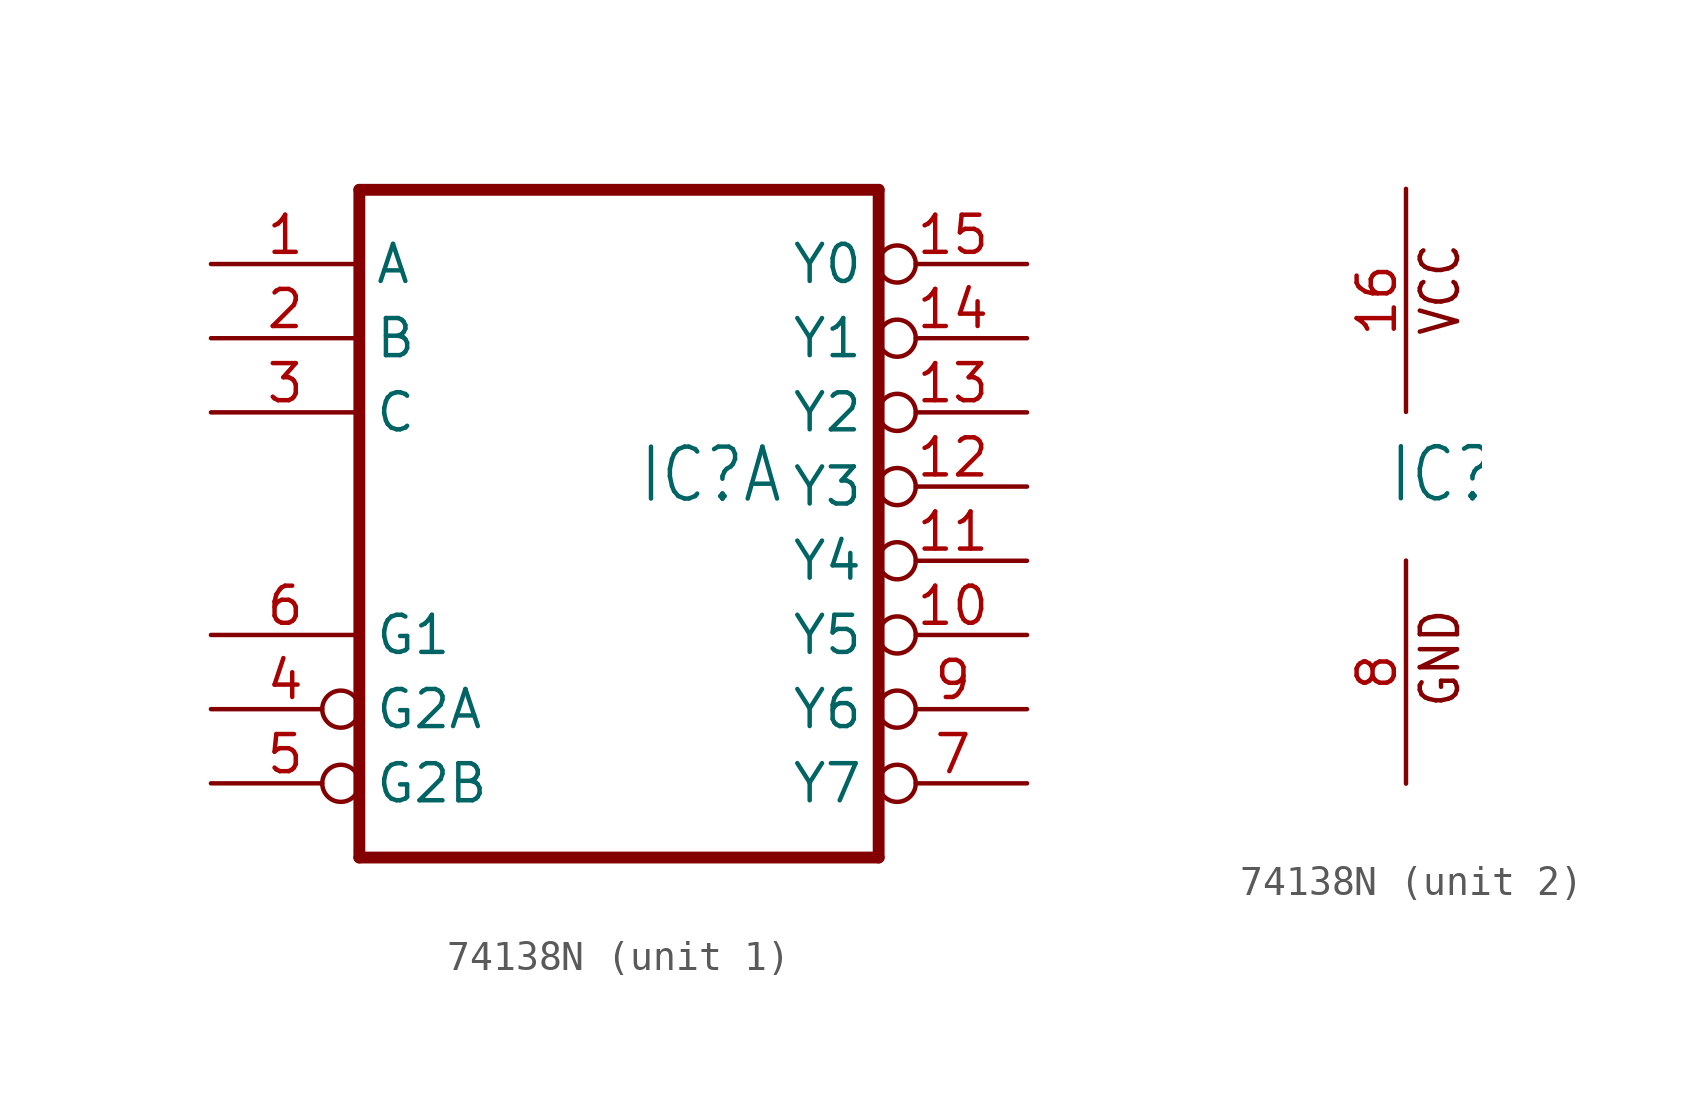
<source format=kicad_sym>
(kicad_symbol_lib
  (version 20220914)
  (generator kicad_symbol_editor)
  (symbol "74138N"
    (property "Reference" "IC"
      (at -0.635 -0.635 0)
      (effects (font (size 1.778 1.511)) (justify left bottom)))
    (property "ki_locked" ""
      (at 0 0 0)
      (effects (font (size 1.27 1.27))))
    (symbol "74138N_1_0"
      (polyline (pts (xy -10.16 -12.7) (xy 7.62 -12.7)) (stroke (width 0.406) (type default)) (fill (type none)))
      (polyline (pts (xy -10.16 10.16) (xy -10.16 -12.7)) (stroke (width 0.406) (type default)) (fill (type none)))
      (polyline (pts (xy 7.62 -12.7) (xy 7.62 10.16)) (stroke (width 0.406) (type default)) (fill (type none)))
      (polyline (pts (xy 7.62 10.16) (xy -10.16 10.16)) (stroke (width 0.406) (type default)) (fill (type none)))
      (pin input line (at -15.24 7.62 0) (length 5.08) (name "A" (effects (font (size 1.27 1.27)))) (number "1" (effects (font (size 1.27 1.27)))))
      (pin output inverted (at 12.7 -5.08 180) (length 5.08) (name "Y5" (effects (font (size 1.27 1.27)))) (number "10" (effects (font (size 1.27 1.27)))))
      (pin output inverted (at 12.7 -2.54 180) (length 5.08) (name "Y4" (effects (font (size 1.27 1.27)))) (number "11" (effects (font (size 1.27 1.27)))))
      (pin output inverted (at 12.7 0 180) (length 5.08) (name "Y3" (effects (font (size 1.27 1.27)))) (number "12" (effects (font (size 1.27 1.27)))))
      (pin output inverted (at 12.7 2.54 180) (length 5.08) (name "Y2" (effects (font (size 1.27 1.27)))) (number "13" (effects (font (size 1.27 1.27)))))
      (pin output inverted (at 12.7 5.08 180) (length 5.08) (name "Y1" (effects (font (size 1.27 1.27)))) (number "14" (effects (font (size 1.27 1.27)))))
      (pin output inverted (at 12.7 7.62 180) (length 5.08) (name "Y0" (effects (font (size 1.27 1.27)))) (number "15" (effects (font (size 1.27 1.27)))))
      (pin input line (at -15.24 5.08 0) (length 5.08) (name "B" (effects (font (size 1.27 1.27)))) (number "2" (effects (font (size 1.27 1.27)))))
      (pin input line (at -15.24 2.54 0) (length 5.08) (name "C" (effects (font (size 1.27 1.27)))) (number "3" (effects (font (size 1.27 1.27)))))
      (pin input inverted (at -15.24 -7.62 0) (length 5.08) (name "G2A" (effects (font (size 1.27 1.27)))) (number "4" (effects (font (size 1.27 1.27)))))
      (pin input inverted (at -15.24 -10.16 0) (length 5.08) (name "G2B" (effects (font (size 1.27 1.27)))) (number "5" (effects (font (size 1.27 1.27)))))
      (pin input line (at -15.24 -5.08 0) (length 5.08) (name "G1" (effects (font (size 1.27 1.27)))) (number "6" (effects (font (size 1.27 1.27)))))
      (pin output inverted (at 12.7 -10.16 180) (length 5.08) (name "Y7" (effects (font (size 1.27 1.27)))) (number "7" (effects (font (size 1.27 1.27)))))
      (pin output inverted (at 12.7 -7.62 180) (length 5.08) (name "Y6" (effects (font (size 1.27 1.27)))) (number "9" (effects (font (size 1.27 1.27))))))
    (symbol "74138N_2_0"
      (text "GND" (at 1.905 -7.62 900) (effects (font (size 1.27 1.079)) (justify left bottom)))
      (text "VCC" (at 1.905 5.08 900) (effects (font (size 1.27 1.079)) (justify left bottom)))
      (pin power_in line (at 0 10.16 270) (length 7.62) (name "VCC" (effects (font (size 0 0)))) (number "16" (effects (font (size 1.27 1.27)))))
      (pin power_in line (at 0 -10.16 90) (length 7.62) (name "GND" (effects (font (size 0 0)))) (number "8" (effects (font (size 1.27 1.27))))))))
</source>
